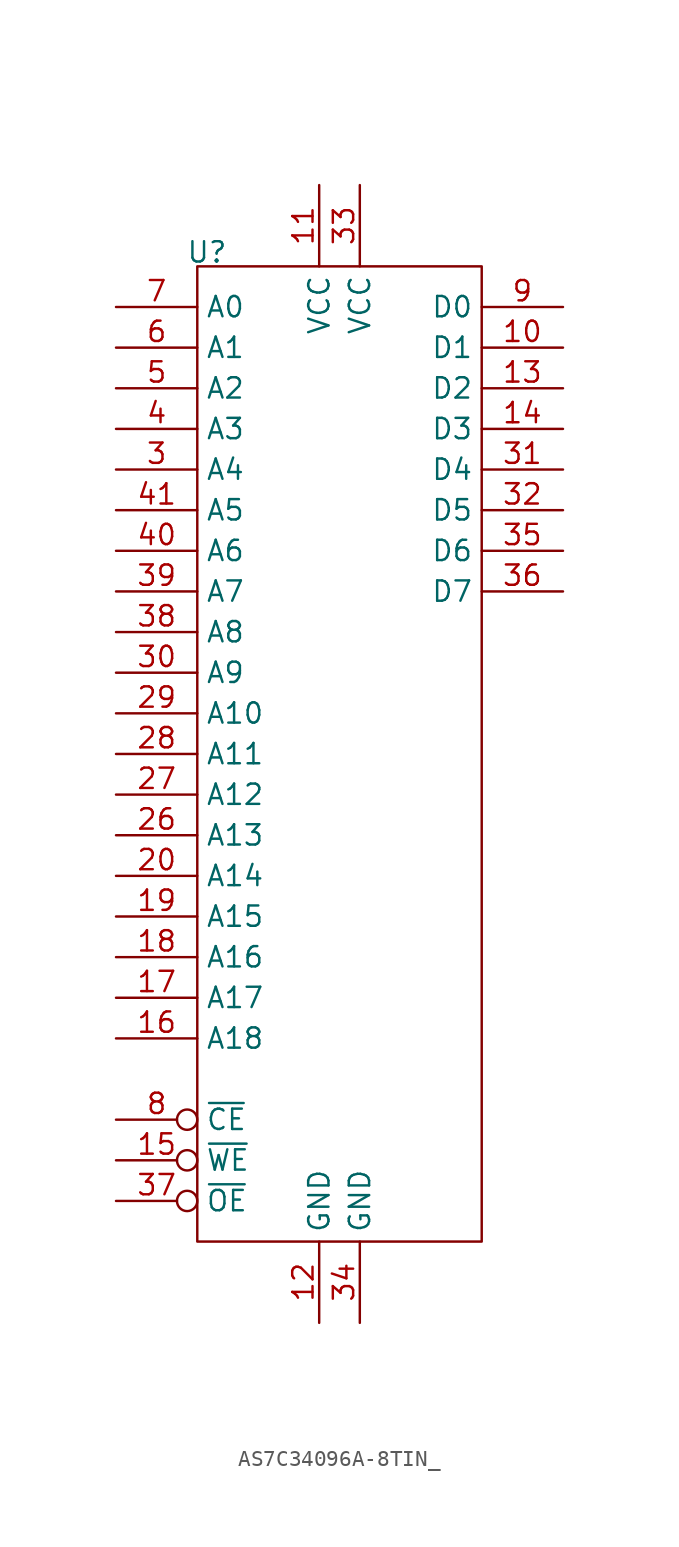
<source format=kicad_sym>
(kicad_symbol_lib
  (version 20231120)
  (generator "kicad_symbol_editor")
  (generator_version "8.0")
  (symbol "AS7C34096A-8TIN_"
    (property "Reference" "U"
      (at 0.603 0.883 0)
      (effects (font (size 1.27 1.27))))
    (property "Value" ""
      (at 0 0 0)
      (effects (font (size 1.27 1.27))))
    (symbol "AS7C34096A-8TIN__0_1"
      (rectangle (start 0 0) (end 17.78 -60.96) (stroke (width 0) (type default)) (fill (type none))))
    (symbol "AS7C34096A-8TIN__1_1"
      (pin no_connect line (at 22.86 -35.56 180) (length 5.08) hide (name "NC" (effects (font (size 1.27 1.27)))) (number "1" (effects (font (size 1.27 1.27)))))
      (pin tri_state line (at 22.86 -5.08 180) (length 5.08) (name "D1" (effects (font (size 1.27 1.27)))) (number "10" (effects (font (size 1.27 1.27)))))
      (pin power_in line (at 7.62 5.08 270) (length 5.08) (name "VCC" (effects (font (size 1.27 1.27)))) (number "11" (effects (font (size 1.27 1.27)))))
      (pin power_in line (at 7.62 -66.04 90) (length 5.08) (name "GND" (effects (font (size 1.27 1.27)))) (number "12" (effects (font (size 1.27 1.27)))))
      (pin tri_state line (at 22.86 -7.62 180) (length 5.08) (name "D2" (effects (font (size 1.27 1.27)))) (number "13" (effects (font (size 1.27 1.27)))))
      (pin tri_state line (at 22.86 -10.16 180) (length 5.08) (name "D3" (effects (font (size 1.27 1.27)))) (number "14" (effects (font (size 1.27 1.27)))))
      (pin input inverted (at -5.08 -55.88 0) (length 5.08) (name "~{WE}" (effects (font (size 1.27 1.27)))) (number "15" (effects (font (size 1.27 1.27)))))
      (pin input line (at -5.08 -48.26 0) (length 5.08) (name "A18" (effects (font (size 1.27 1.27)))) (number "16" (effects (font (size 1.27 1.27)))))
      (pin input line (at -5.08 -45.72 0) (length 5.08) (name "A17" (effects (font (size 1.27 1.27)))) (number "17" (effects (font (size 1.27 1.27)))))
      (pin input line (at -5.08 -43.18 0) (length 5.08) (name "A16" (effects (font (size 1.27 1.27)))) (number "18" (effects (font (size 1.27 1.27)))))
      (pin input line (at -5.08 -40.64 0) (length 5.08) (name "A15" (effects (font (size 1.27 1.27)))) (number "19" (effects (font (size 1.27 1.27)))))
      (pin no_connect line (at 22.86 -38.1 180) (length 5.08) hide (name "NC" (effects (font (size 1.27 1.27)))) (number "2" (effects (font (size 1.27 1.27)))))
      (pin input line (at -5.08 -38.1 0) (length 5.08) (name "A14" (effects (font (size 1.27 1.27)))) (number "20" (effects (font (size 1.27 1.27)))))
      (pin no_connect line (at 22.86 -40.64 180) (length 5.08) hide (name "NC" (effects (font (size 1.27 1.27)))) (number "21" (effects (font (size 1.27 1.27)))))
      (pin no_connect line (at 22.86 -43.18 180) (length 5.08) hide (name "NC" (effects (font (size 1.27 1.27)))) (number "22" (effects (font (size 1.27 1.27)))))
      (pin no_connect line (at 22.86 -50.8 180) (length 5.08) hide (name "NC" (effects (font (size 1.27 1.27)))) (number "23" (effects (font (size 1.27 1.27)))))
      (pin no_connect line (at 22.86 -48.26 180) (length 5.08) hide (name "NC" (effects (font (size 1.27 1.27)))) (number "24" (effects (font (size 1.27 1.27)))))
      (pin no_connect line (at 22.86 -45.72 180) (length 5.08) hide (name "NC" (effects (font (size 1.27 1.27)))) (number "25" (effects (font (size 1.27 1.27)))))
      (pin input line (at -5.08 -35.56 0) (length 5.08) (name "A13" (effects (font (size 1.27 1.27)))) (number "26" (effects (font (size 1.27 1.27)))))
      (pin input line (at -5.08 -33.02 0) (length 5.08) (name "A12" (effects (font (size 1.27 1.27)))) (number "27" (effects (font (size 1.27 1.27)))))
      (pin input line (at -5.08 -30.48 0) (length 5.08) (name "A11" (effects (font (size 1.27 1.27)))) (number "28" (effects (font (size 1.27 1.27)))))
      (pin input line (at -5.08 -27.94 0) (length 5.08) (name "A10" (effects (font (size 1.27 1.27)))) (number "29" (effects (font (size 1.27 1.27)))))
      (pin input line (at -5.08 -12.7 0) (length 5.08) (name "A4" (effects (font (size 1.27 1.27)))) (number "3" (effects (font (size 1.27 1.27)))))
      (pin input line (at -5.08 -25.4 0) (length 5.08) (name "A9" (effects (font (size 1.27 1.27)))) (number "30" (effects (font (size 1.27 1.27)))))
      (pin tri_state line (at 22.86 -12.7 180) (length 5.08) (name "D4" (effects (font (size 1.27 1.27)))) (number "31" (effects (font (size 1.27 1.27)))))
      (pin tri_state line (at 22.86 -15.24 180) (length 5.08) (name "D5" (effects (font (size 1.27 1.27)))) (number "32" (effects (font (size 1.27 1.27)))))
      (pin power_in line (at 10.16 5.08 270) (length 5.08) (name "VCC" (effects (font (size 1.27 1.27)))) (number "33" (effects (font (size 1.27 1.27)))))
      (pin power_in line (at 10.16 -66.04 90) (length 5.08) (name "GND" (effects (font (size 1.27 1.27)))) (number "34" (effects (font (size 1.27 1.27)))))
      (pin tri_state line (at 22.86 -17.78 180) (length 5.08) (name "D6" (effects (font (size 1.27 1.27)))) (number "35" (effects (font (size 1.27 1.27)))))
      (pin tri_state line (at 22.86 -20.32 180) (length 5.08) (name "D7" (effects (font (size 1.27 1.27)))) (number "36" (effects (font (size 1.27 1.27)))))
      (pin input inverted (at -5.08 -58.42 0) (length 5.08) (name "~{OE}" (effects (font (size 1.27 1.27)))) (number "37" (effects (font (size 1.27 1.27)))))
      (pin input line (at -5.08 -22.86 0) (length 5.08) (name "A8" (effects (font (size 1.27 1.27)))) (number "38" (effects (font (size 1.27 1.27)))))
      (pin input line (at -5.08 -20.32 0) (length 5.08) (name "A7" (effects (font (size 1.27 1.27)))) (number "39" (effects (font (size 1.27 1.27)))))
      (pin input line (at -5.08 -10.16 0) (length 5.08) (name "A3" (effects (font (size 1.27 1.27)))) (number "4" (effects (font (size 1.27 1.27)))))
      (pin input line (at -5.08 -17.78 0) (length 5.08) (name "A6" (effects (font (size 1.27 1.27)))) (number "40" (effects (font (size 1.27 1.27)))))
      (pin input line (at -5.08 -15.24 0) (length 5.08) (name "A5" (effects (font (size 1.27 1.27)))) (number "41" (effects (font (size 1.27 1.27)))))
      (pin no_connect line (at 22.86 -58.42 180) (length 5.08) hide (name "NC" (effects (font (size 1.27 1.27)))) (number "42" (effects (font (size 1.27 1.27)))))
      (pin no_connect line (at 22.86 -55.88 180) (length 5.08) hide (name "NC" (effects (font (size 1.27 1.27)))) (number "43" (effects (font (size 1.27 1.27)))))
      (pin no_connect line (at 22.86 -53.34 180) (length 5.08) hide (name "NC" (effects (font (size 1.27 1.27)))) (number "44" (effects (font (size 1.27 1.27)))))
      (pin input line (at -5.08 -7.62 0) (length 5.08) (name "A2" (effects (font (size 1.27 1.27)))) (number "5" (effects (font (size 1.27 1.27)))))
      (pin input line (at -5.08 -5.08 0) (length 5.08) (name "A1" (effects (font (size 1.27 1.27)))) (number "6" (effects (font (size 1.27 1.27)))))
      (pin input line (at -5.08 -2.54 0) (length 5.08) (name "A0" (effects (font (size 1.27 1.27)))) (number "7" (effects (font (size 1.27 1.27)))))
      (pin input inverted (at -5.08 -53.34 0) (length 5.08) (name "~{CE}" (effects (font (size 1.27 1.27)))) (number "8" (effects (font (size 1.27 1.27)))))
      (pin tri_state line (at 22.86 -2.54 180) (length 5.08) (name "D0" (effects (font (size 1.27 1.27)))) (number "9" (effects (font (size 1.27 1.27))))))))
</source>
